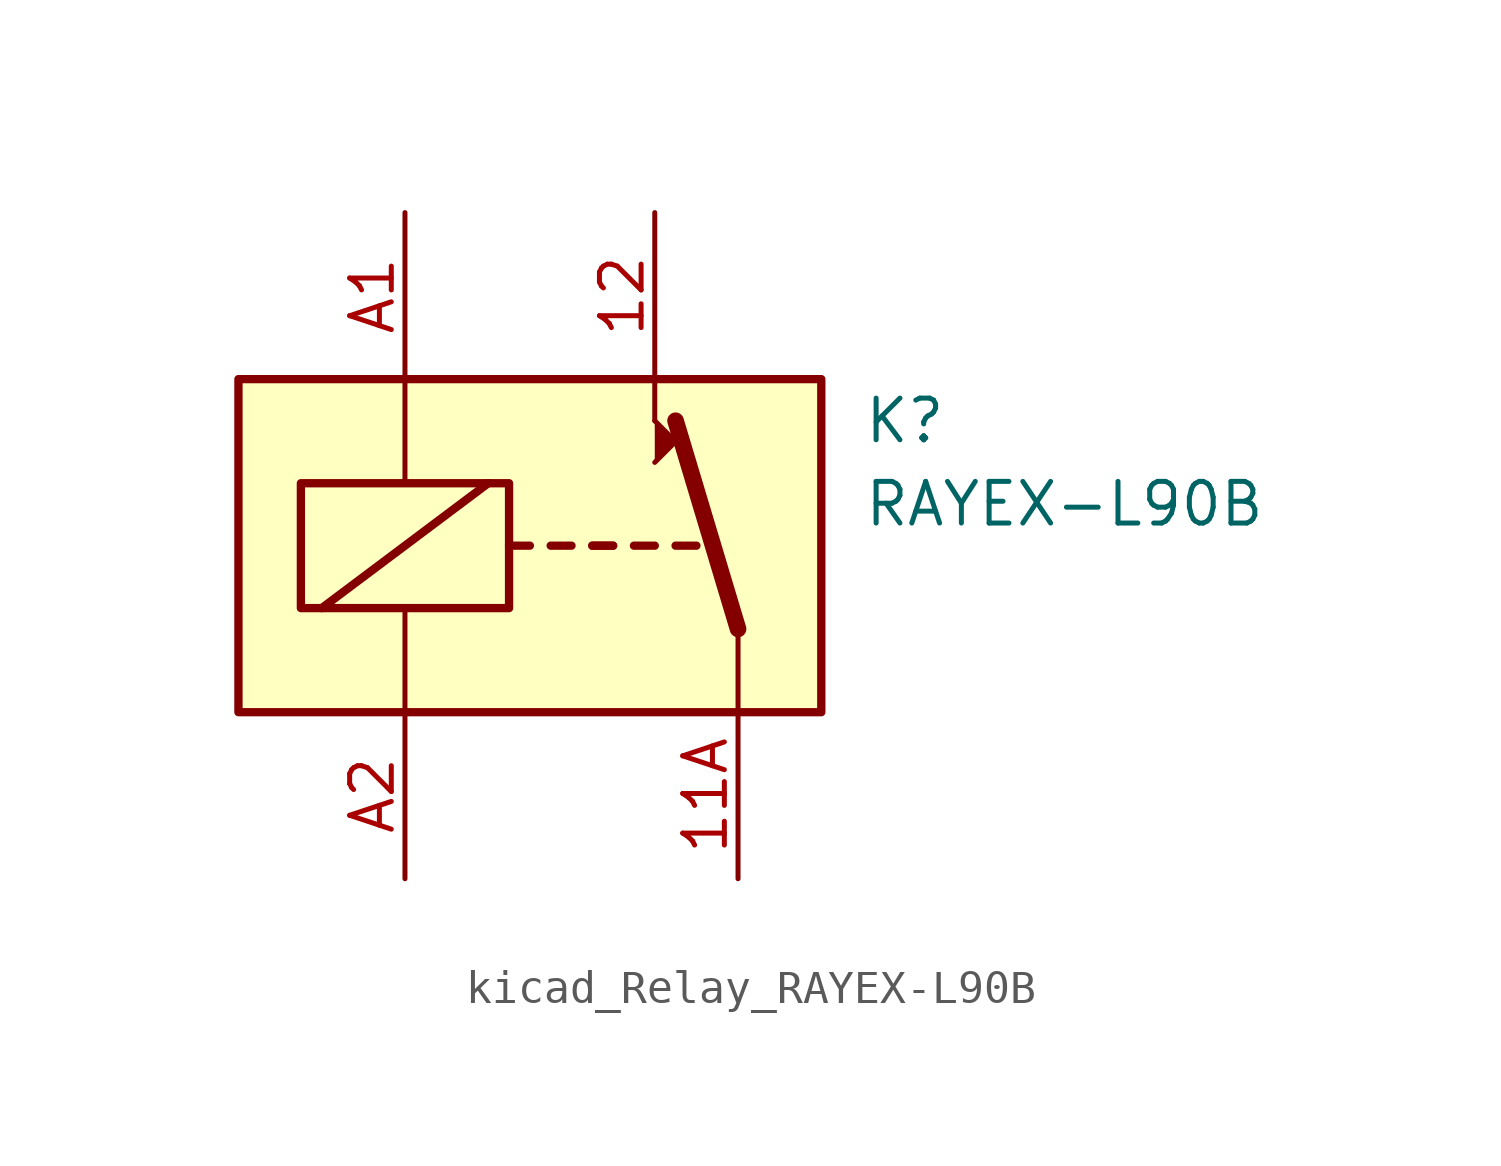
<source format=kicad_sym>
(kicad_symbol_lib
  (version 20220914)
  (generator kicad_symbol_editor)
  (symbol "kicad_Relay_RAYEX-L90B"
    (property "Reference" "K"
      (at 8.89 3.81 0)
      (effects (font (size 1.27 1.27)) (justify left)))
    (property "Value" "RAYEX-L90B"
      (at 8.89 1.27 0)
      (effects (font (size 1.27 1.27)) (justify left)))
    (symbol "kicad_Relay_RAYEX-L90B_1_0"
      (polyline (pts (xy 2.54 3.81) (xy 2.54 5.08)) (stroke (width 0) (type default)) (fill (type none))))
    (symbol "kicad_Relay_RAYEX-L90B_1_1"
      (rectangle (start -10.16 5.08) (end 7.62 -5.08) (stroke (width 0.254) (type default)) (fill (type background)))
      (rectangle (start -8.255 1.905) (end -1.905 -1.905) (stroke (width 0.254) (type default)) (fill (type none)))
      (polyline (pts (xy -7.62 -1.905) (xy -2.54 1.905)) (stroke (width 0.254) (type default)) (fill (type none)))
      (polyline (pts (xy -5.08 -5.08) (xy -5.08 -1.905)) (stroke (width 0) (type default)) (fill (type none)))
      (polyline (pts (xy -5.08 5.08) (xy -5.08 1.905)) (stroke (width 0) (type default)) (fill (type none)))
      (polyline (pts (xy -1.905 0) (xy -1.27 0)) (stroke (width 0.254) (type default)) (fill (type none)))
      (polyline (pts (xy -0.635 0) (xy 0 0)) (stroke (width 0.254) (type default)) (fill (type none)))
      (polyline (pts (xy 0.635 0) (xy 1.27 0)) (stroke (width 0.254) (type default)) (fill (type none)))
      (polyline (pts (xy 0.635 0) (xy 1.27 0)) (stroke (width 0.254) (type default)) (fill (type none)))
      (polyline (pts (xy 1.905 0) (xy 2.54 0)) (stroke (width 0.254) (type default)) (fill (type none)))
      (polyline (pts (xy 3.175 0) (xy 3.81 0)) (stroke (width 0.254) (type default)) (fill (type none)))
      (polyline (pts (xy 5.08 -2.54) (xy 3.175 3.81)) (stroke (width 0.508) (type default)) (fill (type none)))
      (polyline (pts (xy 5.08 -2.54) (xy 5.08 -5.08)) (stroke (width 0) (type default)) (fill (type none)))
      (polyline (pts (xy 2.54 2.54) (xy 3.175 3.175) (xy 2.54 3.81)) (stroke (width 0) (type default)) (fill (type outline)))
      (pin passive line (at 5.08 -10.16 90) (length 5.08) (name "~" (effects (font (size 1.27 1.27)))) (number "11A" (effects (font (size 1.27 1.27)))))
      (pin passive line (at 5.08 -10.16 90) (length 5.08) hide (name "~" (effects (font (size 1.27 1.27)))) (number "11B" (effects (font (size 1.27 1.27)))))
      (pin passive line (at 2.54 10.16 270) (length 5.08) (name "~" (effects (font (size 1.27 1.27)))) (number "12" (effects (font (size 1.27 1.27)))))
      (pin passive line (at -5.08 10.16 270) (length 5.08) (name "~" (effects (font (size 1.27 1.27)))) (number "A1" (effects (font (size 1.27 1.27)))))
      (pin passive line (at -5.08 -10.16 90) (length 5.08) (name "~" (effects (font (size 1.27 1.27)))) (number "A2" (effects (font (size 1.27 1.27))))))))
</source>
